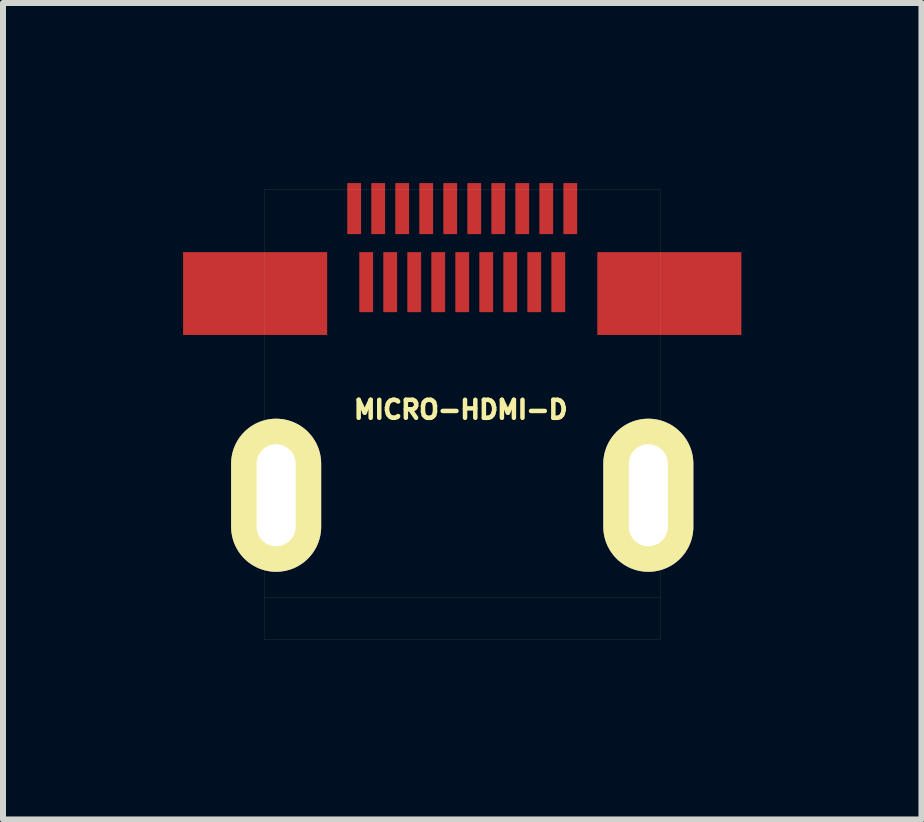
<source format=kicad_pcb>
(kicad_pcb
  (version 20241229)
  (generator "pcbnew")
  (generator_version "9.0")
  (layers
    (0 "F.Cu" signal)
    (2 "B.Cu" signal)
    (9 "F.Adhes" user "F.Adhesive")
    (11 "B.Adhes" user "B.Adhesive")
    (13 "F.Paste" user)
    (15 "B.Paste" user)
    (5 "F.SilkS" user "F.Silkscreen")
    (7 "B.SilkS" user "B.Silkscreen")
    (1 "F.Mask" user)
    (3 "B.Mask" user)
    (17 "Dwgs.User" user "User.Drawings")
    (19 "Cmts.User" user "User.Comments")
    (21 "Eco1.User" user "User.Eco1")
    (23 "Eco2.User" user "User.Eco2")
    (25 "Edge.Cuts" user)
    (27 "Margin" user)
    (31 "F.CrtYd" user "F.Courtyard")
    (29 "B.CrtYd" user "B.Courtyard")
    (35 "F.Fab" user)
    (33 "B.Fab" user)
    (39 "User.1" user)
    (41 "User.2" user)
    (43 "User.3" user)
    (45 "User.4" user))
  (footprint "MICRO-HDMI-D"
    (layer "F.Cu")
    (at 4.65 6.9)
    (property "Reference" "MICRO-HDMI-D" (at -0.025 -3.125 0) (layer "F.SilkS") (effects (font (size 0.3 0.3) (thickness 0.075))))
    (attr smd)
    (fp_line (start -3.3 -6.8) (end 3.3 -6.8) (stroke (width 0.001) (type solid)) (layer "F.SilkS"))
    (fp_line (start -3.3 0) (end -3.3 -6.8) (stroke (width 0.001) (type solid)) (layer "F.SilkS"))
    (fp_line (start -3.3 0) (end -3.3 0.7) (stroke (width 0.001) (type solid)) (layer "F.SilkS"))
    (fp_line (start -3.3 0.7) (end 3.3 0.7) (stroke (width 0.001) (type solid)) (layer "F.SilkS"))
    (fp_line (start 3.3 -6.8) (end 3.3 0) (stroke (width 0.001) (type solid)) (layer "F.SilkS"))
    (fp_line (start 3.3 0) (end -3.3 0) (stroke (width 0.001) (type solid)) (layer "F.SilkS"))
    (fp_line (start 3.3 0.7) (end 3.3 0) (stroke (width 0.001) (type solid)) (layer "F.SilkS"))
    (pad "" thru_hole oval (at -3.1 -1.7) (size 1.5 2.55) (drill oval 0.65 1.7) (layers "*.Cu" "*.Mask" "F.SilkS"))
    (pad "" thru_hole oval (at 3.1 -1.7) (size 1.5 2.55) (drill oval 0.65 1.7) (layers "*.Cu" "*.Mask" "F.SilkS"))
    (pad "0" smd rect (at -3.45 -5.06) (size 2.4 1.38) (layers "F.Cu" "F.Mask" "F.Paste"))
    (pad "0" smd rect (at 3.45 -5.06) (size 2.4 1.38) (layers "F.Cu" "F.Mask" "F.Paste"))
    (pad "1" smd rect (at 1.8 -6.475) (size 0.23 0.85) (layers "F.Cu" "F.Mask" "F.Paste"))
    (pad "2" smd rect (at 1.6 -5.25) (size 0.23 1) (layers "F.Cu" "F.Mask" "F.Paste"))
    (pad "3" smd rect (at 1.4 -6.475) (size 0.23 0.85) (layers "F.Cu" "F.Mask" "F.Paste"))
    (pad "4" smd rect (at 1.2 -5.25) (size 0.23 1) (layers "F.Cu" "F.Mask" "F.Paste"))
    (pad "5" smd rect (at 1 -6.475) (size 0.23 0.85) (layers "F.Cu" "F.Mask" "F.Paste"))
    (pad "6" smd rect (at 0.8 -5.25) (size 0.23 1) (layers "F.Cu" "F.Mask" "F.Paste"))
    (pad "7" smd rect (at 0.6 -6.475) (size 0.23 0.85) (layers "F.Cu" "F.Mask" "F.Paste"))
    (pad "8" smd rect (at 0.4 -5.25) (size 0.23 1) (layers "F.Cu" "F.Mask" "F.Paste"))
    (pad "9" smd rect (at 0.2 -6.475) (size 0.23 0.85) (layers "F.Cu" "F.Mask" "F.Paste"))
    (pad "10" smd rect (at 0 -5.25) (size 0.23 1) (layers "F.Cu" "F.Mask" "F.Paste"))
    (pad "11" smd rect (at -0.2 -6.475) (size 0.23 0.85) (layers "F.Cu" "F.Mask" "F.Paste"))
    (pad "12" smd rect (at -0.4 -5.25) (size 0.23 1) (layers "F.Cu" "F.Mask" "F.Paste"))
    (pad "13" smd rect (at -0.6 -6.475) (size 0.23 0.85) (layers "F.Cu" "F.Mask" "F.Paste"))
    (pad "14" smd rect (at -0.8 -5.25) (size 0.23 1) (layers "F.Cu" "F.Mask" "F.Paste"))
    (pad "15" smd rect (at -1 -6.475) (size 0.23 0.85) (layers "F.Cu" "F.Mask" "F.Paste"))
    (pad "16" smd rect (at -1.2 -5.25) (size 0.23 1) (layers "F.Cu" "F.Mask" "F.Paste"))
    (pad "17" smd rect (at -1.4 -6.475) (size 0.23 0.85) (layers "F.Cu" "F.Mask" "F.Paste"))
    (pad "18" smd rect (at -1.6 -5.25) (size 0.23 1) (layers "F.Cu" "F.Mask" "F.Paste"))
    (pad "19" smd rect (at -1.8 -6.475) (size 0.23 0.85) (layers "F.Cu" "F.Mask" "F.Paste")))
  (gr_rect
    (start -3 -3)
    (end 12.3 10.601)
    (stroke (width 0.1) (type default))
    (fill no)
    (layer "Edge.Cuts")))
</source>
